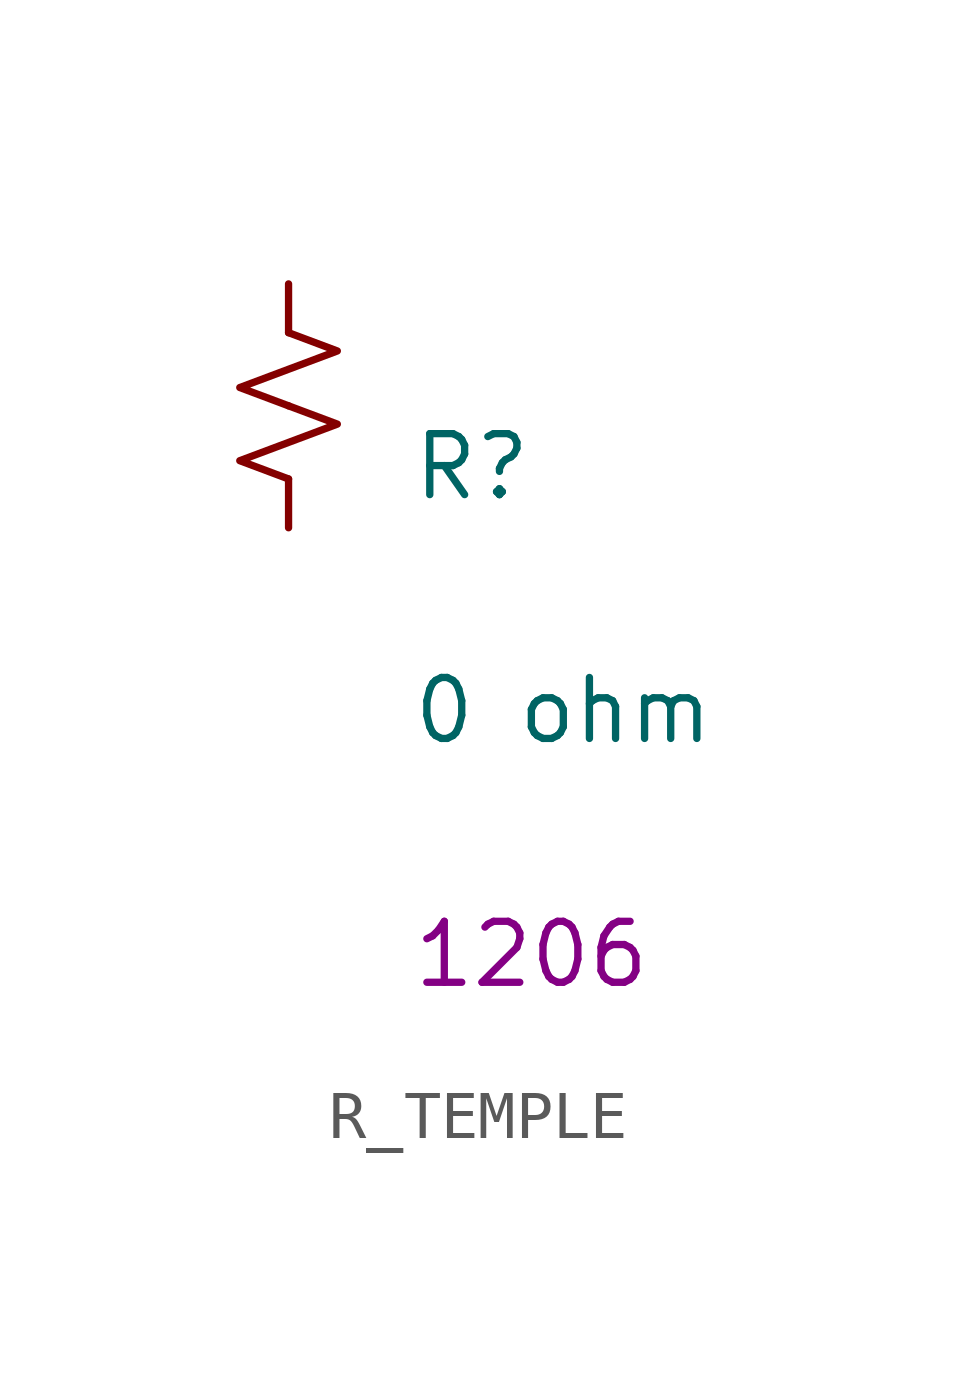
<source format=kicad_sym>
(kicad_symbol_lib
  (version 20220914)
  (generator kicad_symbol_editor)
  (symbol "R_TEMPLE"
    (pin_numbers hide)
    (pin_names
      (offset 0.254) hide)
    (property "Reference" "R"
      (at 2.54 -1.27 0)
      (effects (font (size 1.27 1.27)) (justify left)))
    (property "Value" "R_TEMPLE"
      (at 2.54 -3.81 0)
      (effects (font (size 1.27 1.27)) (justify left)))
    (property "value" "0 ohm"
      (at 2.54 -6.35 0)
      (effects (font (size 1.27 1.27)) (justify left)))
    (property "Chip Set" "1206"
      (at 2.54 -11.43 0)
      (effects (font (size 1.27 1.27)) (justify left)))
    (symbol "R_TEMPLE_1_1"
      (polyline (pts (xy 0 0) (xy 1.016 -0.381) (xy 0 -0.762) (xy -1.016 -1.143) (xy 0 -1.524)) (stroke (width 0) (type solid)) (fill (type none)))
      (polyline (pts (xy 0 1.524) (xy 1.016 1.143) (xy 0 0.762) (xy -1.016 0.381) (xy 0 0)) (stroke (width 0) (type solid)) (fill (type none)))
      (pin passive line (at 0 2.54 270) (length 1.016) (name "~" (effects (font (size 1.27 1.27)))) (number "1" (effects (font (size 1.27 1.27)))))
      (pin passive line (at 0 -2.54 90) (length 1.016) (name "~" (effects (font (size 1.27 1.27)))) (number "2" (effects (font (size 1.27 1.27))))))))
</source>
